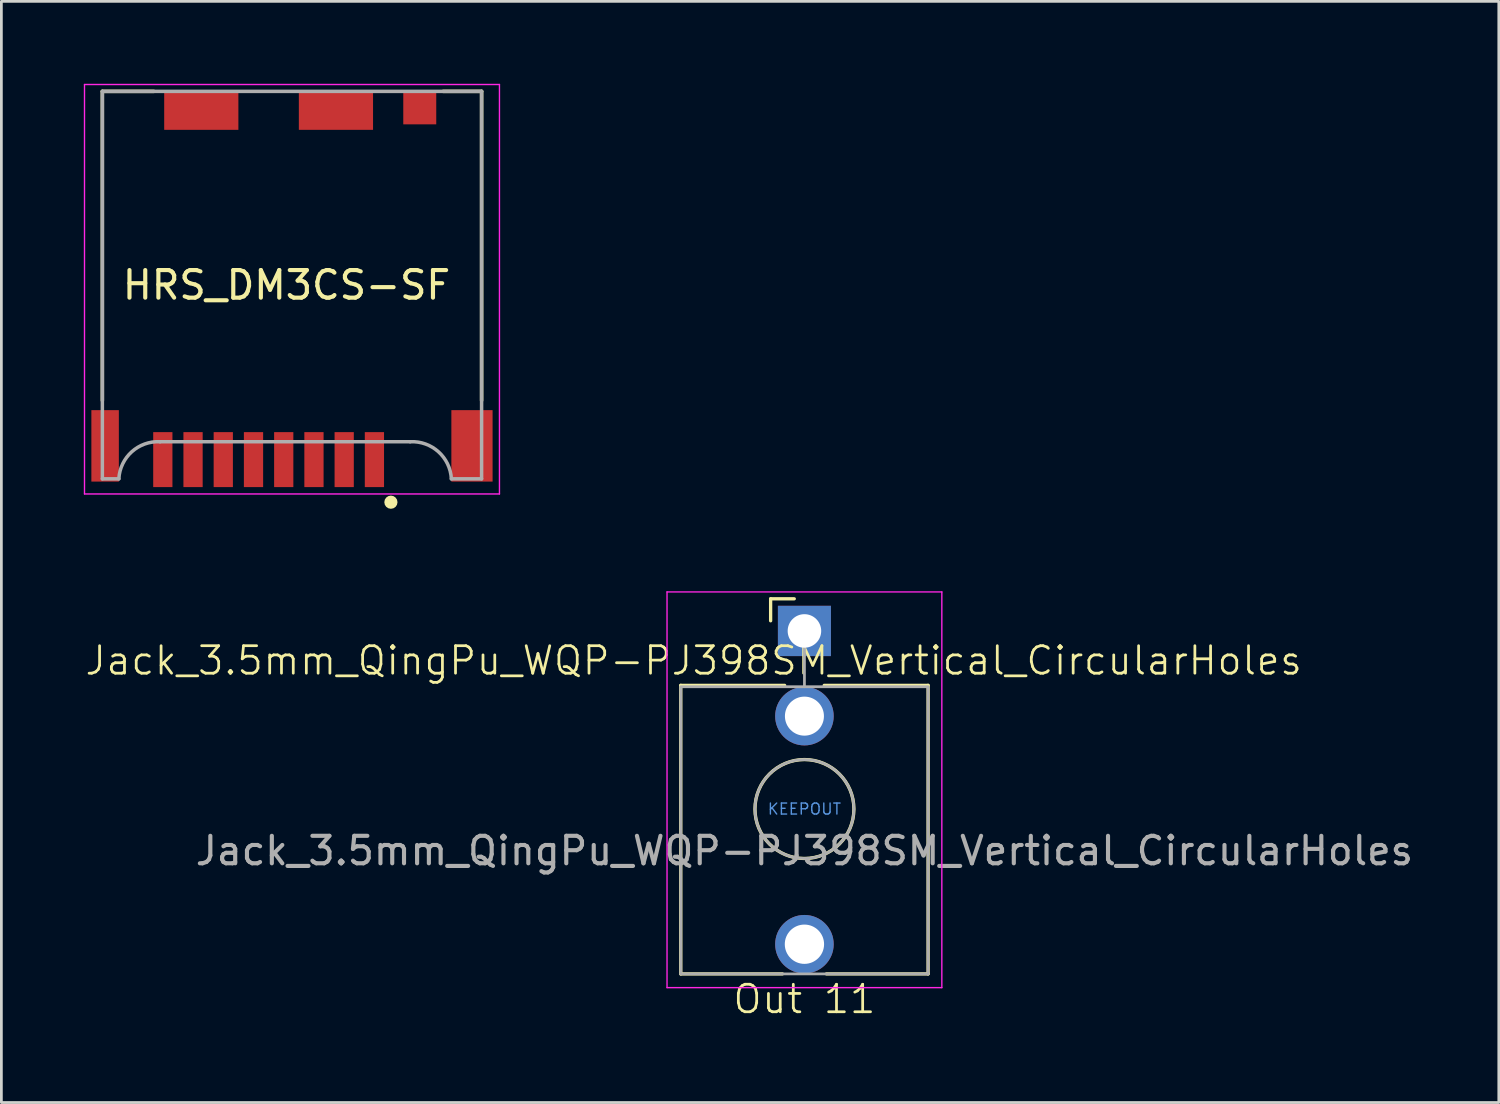
<source format=kicad_pcb>
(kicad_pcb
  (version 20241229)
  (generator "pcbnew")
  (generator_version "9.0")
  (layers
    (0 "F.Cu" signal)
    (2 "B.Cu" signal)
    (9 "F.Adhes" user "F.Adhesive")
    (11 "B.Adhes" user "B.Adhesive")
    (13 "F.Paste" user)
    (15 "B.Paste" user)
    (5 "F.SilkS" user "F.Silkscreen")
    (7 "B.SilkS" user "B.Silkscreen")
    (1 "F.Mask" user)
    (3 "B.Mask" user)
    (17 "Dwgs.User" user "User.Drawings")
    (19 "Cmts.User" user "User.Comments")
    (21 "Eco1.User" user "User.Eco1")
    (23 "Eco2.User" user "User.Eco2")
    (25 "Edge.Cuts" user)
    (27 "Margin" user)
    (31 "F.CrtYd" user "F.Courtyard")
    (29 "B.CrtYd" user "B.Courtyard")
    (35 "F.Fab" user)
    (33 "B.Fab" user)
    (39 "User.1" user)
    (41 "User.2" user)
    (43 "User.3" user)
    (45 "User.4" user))
  (footprint "Jack_3.5mm_QingPu_WQP-PJ398SM_Vertical_CircularHoles"
    (layer "F.Cu")
    (at 26.223 19.91)
    (property "Reference" "Jack_3.5mm_QingPu_WQP-PJ398SM_Vertical_CircularHoles" (at -4.03 1.08 180) (layer "F.SilkS") (effects (font (size 1 1) (thickness 0.1))))
    (property "Name" "Out 11" (at 0 0 0) (layer "F.Fab") (hide yes) (effects (font (size 1.27 1.27) (thickness 0.15))))
    (attr through_hole)
    (fp_line (start -4.5 1.98) (end -4.5 12.48) (stroke (width 0.12) (type solid)) (layer "F.SilkS"))
    (fp_line (start -1.23 -1.17) (end -1.23 -0.37) (stroke (width 0.12) (type solid)) (layer "F.SilkS"))
    (fp_line (start -1.23 -1.17) (end -0.37 -1.17) (stroke (width 0.12) (type solid)) (layer "F.SilkS"))
    (fp_line (start -0.8 12.48) (end -4.5 12.48) (stroke (width 0.12) (type solid)) (layer "F.SilkS"))
    (fp_line (start -0.72 1.98) (end -4.5 1.98) (stroke (width 0.12) (type solid)) (layer "F.SilkS"))
    (fp_line (start 4.5 1.98) (end 0.72 1.98) (stroke (width 0.12) (type solid)) (layer "F.SilkS"))
    (fp_line (start 4.5 1.98) (end 4.5 12.48) (stroke (width 0.12) (type solid)) (layer "F.SilkS"))
    (fp_line (start 4.5 12.48) (end 0.8 12.48) (stroke (width 0.12) (type solid)) (layer "F.SilkS"))
    (fp_circle (center 0 6.48) (end 1.8 6.48) (stroke (width 0.12) (type solid)) (fill no) (layer "F.SilkS"))
    (fp_line (start -5 12.98) (end -5 -1.42) (stroke (width 0.05) (type solid)) (layer "F.CrtYd"))
    (fp_line (start 5 -1.42) (end -5 -1.42) (stroke (width 0.05) (type solid)) (layer "F.CrtYd"))
    (fp_line (start 5 12.98) (end -5 12.98) (stroke (width 0.05) (type solid)) (layer "F.CrtYd"))
    (fp_line (start 5 12.98) (end 5 -1.42) (stroke (width 0.05) (type solid)) (layer "F.CrtYd"))
    (fp_line (start -4.5 12.48) (end -4.5 2.08) (stroke (width 0.1) (type solid)) (layer "F.Fab"))
    (fp_line (start 0 0) (end 0 2.03) (stroke (width 0.1) (type solid)) (layer "F.Fab"))
    (fp_line (start 4.5 2.03) (end -4.5 2.03) (stroke (width 0.1) (type solid)) (layer "F.Fab"))
    (fp_line (start 4.5 12.48) (end -4.5 12.48) (stroke (width 0.1) (type solid)) (layer "F.Fab"))
    (fp_line (start 4.5 12.48) (end 4.5 2.08) (stroke (width 0.1) (type solid)) (layer "F.Fab"))
    (fp_circle (center 0 6.48) (end 1.8 6.48) (stroke (width 0.1) (type solid)) (fill no) (layer "F.Fab"))
    (fp_text user "${Name}" (at 0 13.4 180) (layer "F.SilkS") (effects (font (size 1 1) (thickness 0.1))))
    (fp_text user "KEEPOUT" (at 0 6.48 180) (layer "Cmts.User") (effects (font (size 0.4 0.4) (thickness 0.051))))
    (fp_text user "${REFERENCE}" (at 0 8 180) (layer "F.Fab") (effects (font (size 1 1) (thickness 0.15))))
    (pad "S" thru_hole rect (at 0 0 180) (size 1.93 1.83) (drill 1.22) (layers "*.Cu" "*.Mask"))
    (pad "T" thru_hole circle (at 0 11.4 180) (size 2.13 2.13) (drill 1.43) (layers "*.Cu" "*.Mask"))
    (pad "TN" thru_hole circle (at 0 3.1 180) (size 2.13 2.13) (drill 1.42) (layers "*.Cu" "*.Mask"))
    (zone (net_name "") (layer "F.Cu") (hatch full 0.508) (connect_pads) (min_thickness 0.254) (filled_areas_thickness no) (keepout (tracks not_allowed) (vias not_allowed) (pads not_allowed) (copperpour not_allowed) (footprints not_allowed)) (placement (enabled no)) (fill) (polygon (pts (xy 27.728 26.39) (xy 27.708 26.144) (xy 27.648 25.905) (xy 27.549 25.679) (xy 27.415 25.472) (xy 27.249 25.289) (xy 27.056 25.136) (xy 26.84 25.017) (xy 26.607 24.935) (xy 26.365 24.892) (xy 26.118 24.889) (xy 25.874 24.926) (xy 25.64 25.002) (xy 25.421 25.116) (xy 25.224 25.264) (xy 25.053 25.443) (xy 24.914 25.647) (xy 24.81 25.87) (xy 24.744 26.108) (xy 24.718 26.353) (xy 24.732 26.599) (xy 24.787 26.84) (xy 24.879 27.069) (xy 25.008 27.279) (xy 25.17 27.465) (xy 25.36 27.623) (xy 25.573 27.747) (xy 25.803 27.835) (xy 26.045 27.885) (xy 26.291 27.894) (xy 26.536 27.862) (xy 26.772 27.791) (xy 26.994 27.683) (xy 27.194 27.54) (xy 27.369 27.366) (xy 27.513 27.165) (xy 27.622 26.944) (xy 27.694 26.708) (xy 27.726 26.464)))))
  (footprint "HRS_DM3CS-SF"
    (layer "F.Cu")
    (at 7.375 7.325)
    (property "Reference" "HRS_DM3CS-SF" (at 0 0 180) (layer "F.SilkS") (effects (font (size 1.004 1.004) (thickness 0.15))))
    (attr through_hole)
    (fp_line (start -6.7 -7.05) (end -4.826 -7.05) (stroke (width 0.127) (type solid)) (layer "F.SilkS"))
    (fp_line (start -6.7 4.2) (end -6.7 -7.05) (stroke (width 0.127) (type solid)) (layer "F.SilkS"))
    (fp_line (start 7.1 -7.05) (end 5.7 -7.05) (stroke (width 0.127) (type solid)) (layer "F.SilkS"))
    (fp_line (start 7.1 -7.05) (end 7.1 4.2) (stroke (width 0.127) (type solid)) (layer "F.SilkS"))
    (fp_circle (center 3.8 7.9) (end 3.92 7.9) (stroke (width 0.24) (type solid)) (fill no) (layer "F.SilkS"))
    (fp_line (start -7.35 -7.3) (end -7.35 7.6) (stroke (width 0.05) (type solid)) (layer "F.CrtYd"))
    (fp_line (start -7.35 7.6) (end 7.75 7.6) (stroke (width 0.05) (type solid)) (layer "F.CrtYd"))
    (fp_line (start 7.75 -7.3) (end -7.35 -7.3) (stroke (width 0.05) (type solid)) (layer "F.CrtYd"))
    (fp_line (start 7.75 7.6) (end 7.75 -7.3) (stroke (width 0.05) (type solid)) (layer "F.CrtYd"))
    (fp_line (start -6.7 -7.05) (end 7.1 -7.05) (stroke (width 0.127) (type solid)) (layer "F.Fab"))
    (fp_line (start -6.7 7.05) (end -6.7 -7.05) (stroke (width 0.127) (type solid)) (layer "F.Fab"))
    (fp_line (start -6.1 7.05) (end -6.7 7.05) (stroke (width 0.127) (type solid)) (layer "F.Fab"))
    (fp_line (start 4.5 5.7) (end -4.6 5.7) (stroke (width 0.127) (type solid)) (layer "F.Fab"))
    (fp_line (start 7.1 -7.05) (end 7.1 7.05) (stroke (width 0.127) (type solid)) (layer "F.Fab"))
    (fp_line (start 7.1 7.05) (end 6 7.05) (stroke (width 0.127) (type solid)) (layer "F.Fab"))
    (fp_arc (start -6.1 7.05) (mid -5.629594 6.06434) (end -4.6 5.7) (stroke (width 0.127) (type solid)) (layer "F.Fab"))
    (fp_arc (start 4.5 5.7) (mid 5.529594 6.06434) (end 6 7.05) (stroke (width 0.127) (type solid)) (layer "F.Fab"))
    (pad "1" smd rect (at 3.2 6.35) (size 0.7 2) (layers "F.Cu" "F.Mask" "F.Paste"))
    (pad "2" smd rect (at 2.1 6.35) (size 0.7 2) (layers "F.Cu" "F.Mask" "F.Paste"))
    (pad "3" smd rect (at 1 6.35) (size 0.7 2) (layers "F.Cu" "F.Mask" "F.Paste"))
    (pad "4" smd rect (at -0.1 6.35) (size 0.7 2) (layers "F.Cu" "F.Mask" "F.Paste"))
    (pad "5" smd rect (at -1.2 6.35) (size 0.7 2) (layers "F.Cu" "F.Mask" "F.Paste"))
    (pad "6" smd rect (at -2.3 6.35) (size 0.7 2) (layers "F.Cu" "F.Mask" "F.Paste"))
    (pad "7" smd rect (at -3.4 6.35) (size 0.7 2) (layers "F.Cu" "F.Mask" "F.Paste"))
    (pad "8" smd rect (at -4.5 6.35) (size 0.7 2) (layers "F.Cu" "F.Mask" "F.Paste"))
    (pad "9" smd rect (at -6.6 5.85) (size 1 2.6) (layers "F.Cu" "F.Mask" "F.Paste"))
    (pad "9" smd rect (at -3.1 -6.35) (size 2.7 1.4) (layers "F.Cu" "F.Mask" "F.Paste"))
    (pad "9" smd rect (at 1.8 -6.35) (size 2.7 1.4) (layers "F.Cu" "F.Mask" "F.Paste"))
    (pad "9" smd rect (at 4.85 -6.45) (size 1.2 1.2) (layers "F.Cu" "F.Mask" "F.Paste"))
    (pad "9" smd rect (at 6.75 5.85) (size 1.5 2.6) (layers "F.Cu" "F.Mask" "F.Paste"))
    (zone (net_name "") (layer "F.Cu") (hatch full 0.508) (connect_pads) (min_thickness 0.01) (filled_areas_thickness no) (keepout (tracks not_allowed) (vias not_allowed) (pads not_allowed) (copperpour not_allowed) (footprints allowed)) (placement (enabled no)) (fill) (polygon (pts (xy 0.463 8.075) (xy 1.075 8.075) (xy 1.075 11.883) (xy 0.463 11.883))))
    (zone (net_name "") (layer "F.Cu") (hatch full 0.508) (connect_pads) (min_thickness 0.01) (filled_areas_thickness no) (keepout (tracks not_allowed) (vias not_allowed) (pads not_allowed) (copperpour not_allowed) (footprints allowed)) (placement (enabled no)) (fill) (polygon (pts (xy 2.322 3.175) (xy 11.125 3.175) (xy 11.125 5.674) (xy 2.322 5.674))))
    (zone (net_name "") (layer "F.Cu") (hatch full 0.508) (connect_pads) (min_thickness 0.01) (filled_areas_thickness no) (keepout (tracks not_allowed) (vias not_allowed) (pads not_allowed) (copperpour not_allowed) (footprints allowed)) (placement (enabled no)) (fill) (polygon (pts (xy 14.085 8.075) (xy 14.675 8.075) (xy 14.675 11.881) (xy 14.085 11.881))))
    (zone (net_name "") (layers "F.Cu" "B.Cu") (hatch full 0.508) (connect_pads) (min_thickness 0.01) (filled_areas_thickness no) (keepout (tracks allowed) (vias not_allowed) (pads allowed) (copperpour allowed) (footprints allowed)) (placement (enabled no)) (fill) (polygon (pts (xy 0.463 8.075) (xy 1.075 8.075) (xy 1.075 11.883) (xy 0.463 11.883))))
    (zone (net_name "") (layers "F.Cu" "B.Cu") (hatch full 0.508) (connect_pads) (min_thickness 0.01) (filled_areas_thickness no) (keepout (tracks allowed) (vias not_allowed) (pads allowed) (copperpour allowed) (footprints allowed)) (placement (enabled no)) (fill) (polygon (pts (xy 2.324 3.175) (xy 11.125 3.175) (xy 11.125 5.675) (xy 2.324 5.675))))
    (zone (net_name "") (layers "F.Cu" "B.Cu") (hatch full 0.508) (connect_pads) (min_thickness 0.01) (filled_areas_thickness no) (keepout (tracks allowed) (vias not_allowed) (pads allowed) (copperpour allowed) (footprints allowed)) (placement (enabled no)) (fill) (polygon (pts (xy 14.087 8.075) (xy 14.675 8.075) (xy 14.675 11.883) (xy 14.087 11.883)))))
  (gr_rect
    (start -3 -3)
    (end 51.491 37.071)
    (stroke (width 0.1) (type default))
    (fill no)
    (layer "Edge.Cuts")))
</source>
